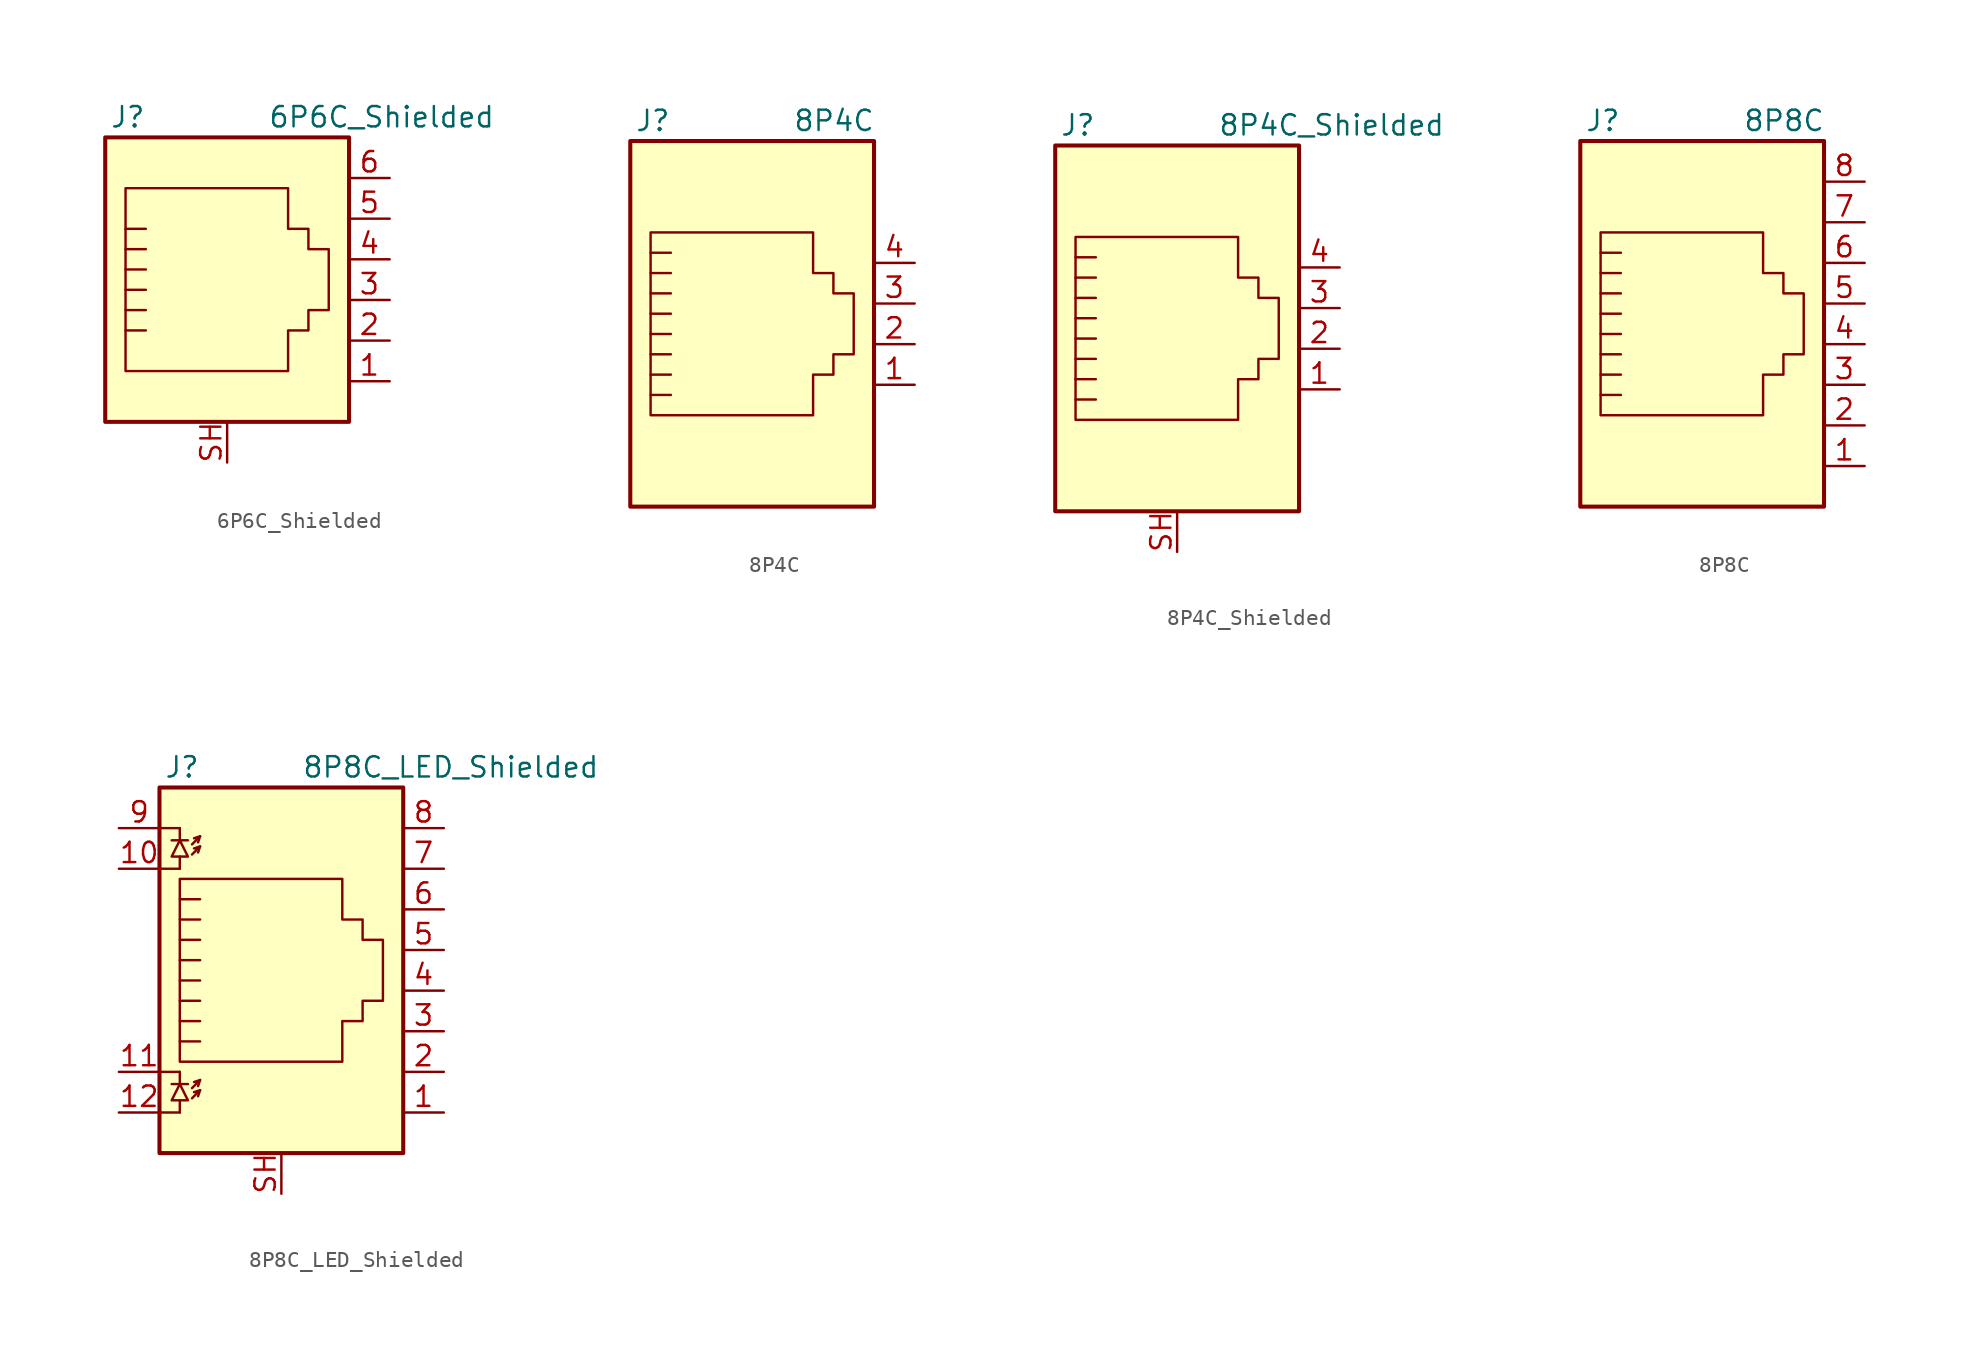
<source format=kicad_sym>
(kicad_symbol_lib
  (version 20201005)
  (generator kicad_symbol_editor)
  (symbol "Connector:6P6C_Shielded"
    (pin_names
      (offset 1.016))
    (property "Reference" "J"
      (at -5.08 11.43 0)
      (effects (font (size 1.27 1.27)) (justify right)))
    (property "Value" "6P6C_Shielded"
      (at 2.54 11.43 0)
      (effects (font (size 1.27 1.27)) (justify left)))
    (symbol "6P6C_Shielded_0_1"
      (rectangle (start 7.62 10.16) (end -7.62 -7.62) (stroke (width 0.254)) (fill (type background)))
      (polyline (pts (xy -6.35 -1.905) (xy -5.08 -1.905) (xy -5.08 -1.905)) (stroke (width 0)) (fill (type none)))
      (polyline (pts (xy -6.35 -0.635) (xy -5.08 -0.635) (xy -5.08 -0.635)) (stroke (width 0)) (fill (type none)))
      (polyline (pts (xy -6.35 0.635) (xy -5.08 0.635) (xy -5.08 0.635)) (stroke (width 0)) (fill (type none)))
      (polyline (pts (xy -6.35 1.905) (xy -5.08 1.905) (xy -5.08 1.905)) (stroke (width 0)) (fill (type none)))
      (polyline (pts (xy -6.35 3.175) (xy -5.08 3.175) (xy -5.08 3.175)) (stroke (width 0)) (fill (type none)))
      (polyline (pts (xy -5.08 4.445) (xy -6.35 4.445) (xy -6.35 4.445)) (stroke (width 0)) (fill (type none)))
      (polyline (pts (xy -6.35 -4.445) (xy -6.35 6.985) (xy 3.81 6.985) (xy 3.81 4.445) (xy 5.08 4.445) (xy 5.08 3.175) (xy 6.35 3.175) (xy 6.35 -0.635) (xy 5.08 -0.635) (xy 5.08 -1.905) (xy 3.81 -1.905) (xy 3.81 -4.445) (xy -6.35 -4.445) (xy -6.35 -4.445)) (stroke (width 0)) (fill (type none))))
    (symbol "6P6C_Shielded_1_1"
      (pin passive line (at 10.16 -5.08 180) (length 2.54) (name "~" (effects (font (size 1.27 1.27)))) (number "1" (effects (font (size 1.27 1.27)))))
      (pin passive line (at 10.16 -2.54 180) (length 2.54) (name "~" (effects (font (size 1.27 1.27)))) (number "2" (effects (font (size 1.27 1.27)))))
      (pin passive line (at 10.16 0 180) (length 2.54) (name "~" (effects (font (size 1.27 1.27)))) (number "3" (effects (font (size 1.27 1.27)))))
      (pin passive line (at 10.16 2.54 180) (length 2.54) (name "~" (effects (font (size 1.27 1.27)))) (number "4" (effects (font (size 1.27 1.27)))))
      (pin passive line (at 10.16 5.08 180) (length 2.54) (name "~" (effects (font (size 1.27 1.27)))) (number "5" (effects (font (size 1.27 1.27)))))
      (pin passive line (at 10.16 7.62 180) (length 2.54) (name "~" (effects (font (size 1.27 1.27)))) (number "6" (effects (font (size 1.27 1.27)))))
      (pin passive line (at 0 -10.16 90) (length 2.54) (name "~" (effects (font (size 1.27 1.27)))) (number "SH" (effects (font (size 1.27 1.27)))))))
  (symbol "Connector:8P4C"
    (pin_names
      (offset 1.016))
    (property "Reference" "J"
      (at -5.08 13.97 0)
      (effects (font (size 1.27 1.27)) (justify right)))
    (property "Value" "8P4C"
      (at 2.54 13.97 0)
      (effects (font (size 1.27 1.27)) (justify left)))
    (symbol "8P4C_0_1"
      (rectangle (start 7.62 12.7) (end -7.62 -10.16) (stroke (width 0.254)) (fill (type background)))
      (polyline (pts (xy -5.08 4.445) (xy -6.35 4.445)) (stroke (width 0)) (fill (type none)))
      (polyline (pts (xy -5.08 5.715) (xy -6.35 5.715)) (stroke (width 0)) (fill (type none)))
      (polyline (pts (xy -6.35 -3.175) (xy -5.08 -3.175) (xy -5.08 -3.175)) (stroke (width 0)) (fill (type none)))
      (polyline (pts (xy -6.35 -1.905) (xy -5.08 -1.905) (xy -5.08 -1.905)) (stroke (width 0)) (fill (type none)))
      (polyline (pts (xy -6.35 -0.635) (xy -5.08 -0.635) (xy -5.08 -0.635)) (stroke (width 0)) (fill (type none)))
      (polyline (pts (xy -6.35 0.635) (xy -5.08 0.635) (xy -5.08 0.635)) (stroke (width 0)) (fill (type none)))
      (polyline (pts (xy -6.35 1.905) (xy -5.08 1.905) (xy -5.08 1.905)) (stroke (width 0)) (fill (type none)))
      (polyline (pts (xy -5.08 3.175) (xy -6.35 3.175) (xy -6.35 3.175)) (stroke (width 0)) (fill (type none)))
      (polyline (pts (xy -6.35 -4.445) (xy -6.35 6.985) (xy 3.81 6.985) (xy 3.81 4.445) (xy 5.08 4.445) (xy 5.08 3.175) (xy 6.35 3.175) (xy 6.35 -0.635) (xy 5.08 -0.635) (xy 5.08 -1.905) (xy 3.81 -1.905) (xy 3.81 -4.445) (xy -6.35 -4.445) (xy -6.35 -4.445)) (stroke (width 0)) (fill (type none))))
    (symbol "8P4C_1_1"
      (pin passive line (at 10.16 -2.54 180) (length 2.54) (name "~" (effects (font (size 1.27 1.27)))) (number "1" (effects (font (size 1.27 1.27)))))
      (pin passive line (at 10.16 0 180) (length 2.54) (name "~" (effects (font (size 1.27 1.27)))) (number "2" (effects (font (size 1.27 1.27)))))
      (pin passive line (at 10.16 2.54 180) (length 2.54) (name "~" (effects (font (size 1.27 1.27)))) (number "3" (effects (font (size 1.27 1.27)))))
      (pin passive line (at 10.16 5.08 180) (length 2.54) (name "~" (effects (font (size 1.27 1.27)))) (number "4" (effects (font (size 1.27 1.27)))))))
  (symbol "Connector:8P4C_Shielded"
    (pin_names
      (offset 1.016))
    (property "Reference" "J"
      (at -5.08 13.97 0)
      (effects (font (size 1.27 1.27)) (justify right)))
    (property "Value" "8P4C_Shielded"
      (at 2.54 13.97 0)
      (effects (font (size 1.27 1.27)) (justify left)))
    (symbol "8P4C_Shielded_0_1"
      (rectangle (start 7.62 12.7) (end -7.62 -10.16) (stroke (width 0.254)) (fill (type background)))
      (polyline (pts (xy -5.08 4.445) (xy -6.35 4.445)) (stroke (width 0)) (fill (type none)))
      (polyline (pts (xy -5.08 5.715) (xy -6.35 5.715)) (stroke (width 0)) (fill (type none)))
      (polyline (pts (xy -6.35 -3.175) (xy -5.08 -3.175) (xy -5.08 -3.175)) (stroke (width 0)) (fill (type none)))
      (polyline (pts (xy -6.35 -1.905) (xy -5.08 -1.905) (xy -5.08 -1.905)) (stroke (width 0)) (fill (type none)))
      (polyline (pts (xy -6.35 -0.635) (xy -5.08 -0.635) (xy -5.08 -0.635)) (stroke (width 0)) (fill (type none)))
      (polyline (pts (xy -6.35 0.635) (xy -5.08 0.635) (xy -5.08 0.635)) (stroke (width 0)) (fill (type none)))
      (polyline (pts (xy -6.35 1.905) (xy -5.08 1.905) (xy -5.08 1.905)) (stroke (width 0)) (fill (type none)))
      (polyline (pts (xy -5.08 3.175) (xy -6.35 3.175) (xy -6.35 3.175)) (stroke (width 0)) (fill (type none)))
      (polyline (pts (xy -6.35 -4.445) (xy -6.35 6.985) (xy 3.81 6.985) (xy 3.81 4.445) (xy 5.08 4.445) (xy 5.08 3.175) (xy 6.35 3.175) (xy 6.35 -0.635) (xy 5.08 -0.635) (xy 5.08 -1.905) (xy 3.81 -1.905) (xy 3.81 -4.445) (xy -6.35 -4.445) (xy -6.35 -4.445)) (stroke (width 0)) (fill (type none))))
    (symbol "8P4C_Shielded_1_1"
      (pin passive line (at 10.16 -2.54 180) (length 2.54) (name "~" (effects (font (size 1.27 1.27)))) (number "1" (effects (font (size 1.27 1.27)))))
      (pin passive line (at 10.16 0 180) (length 2.54) (name "~" (effects (font (size 1.27 1.27)))) (number "2" (effects (font (size 1.27 1.27)))))
      (pin passive line (at 10.16 2.54 180) (length 2.54) (name "~" (effects (font (size 1.27 1.27)))) (number "3" (effects (font (size 1.27 1.27)))))
      (pin passive line (at 10.16 5.08 180) (length 2.54) (name "~" (effects (font (size 1.27 1.27)))) (number "4" (effects (font (size 1.27 1.27)))))
      (pin passive line (at 0 -12.7 90) (length 2.54) (name "~" (effects (font (size 1.27 1.27)))) (number "SH" (effects (font (size 1.27 1.27)))))))
  (symbol "Connector:8P8C"
    (pin_names
      (offset 1.016))
    (property "Reference" "J"
      (at -5.08 13.97 0)
      (effects (font (size 1.27 1.27)) (justify right)))
    (property "Value" "8P8C"
      (at 2.54 13.97 0)
      (effects (font (size 1.27 1.27)) (justify left)))
    (symbol "8P8C_0_1"
      (rectangle (start 7.62 12.7) (end -7.62 -10.16) (stroke (width 0.254)) (fill (type background)))
      (polyline (pts (xy -5.08 4.445) (xy -6.35 4.445)) (stroke (width 0)) (fill (type none)))
      (polyline (pts (xy -5.08 5.715) (xy -6.35 5.715)) (stroke (width 0)) (fill (type none)))
      (polyline (pts (xy -6.35 -3.175) (xy -5.08 -3.175) (xy -5.08 -3.175)) (stroke (width 0)) (fill (type none)))
      (polyline (pts (xy -6.35 -1.905) (xy -5.08 -1.905) (xy -5.08 -1.905)) (stroke (width 0)) (fill (type none)))
      (polyline (pts (xy -6.35 -0.635) (xy -5.08 -0.635) (xy -5.08 -0.635)) (stroke (width 0)) (fill (type none)))
      (polyline (pts (xy -6.35 0.635) (xy -5.08 0.635) (xy -5.08 0.635)) (stroke (width 0)) (fill (type none)))
      (polyline (pts (xy -6.35 1.905) (xy -5.08 1.905) (xy -5.08 1.905)) (stroke (width 0)) (fill (type none)))
      (polyline (pts (xy -5.08 3.175) (xy -6.35 3.175) (xy -6.35 3.175)) (stroke (width 0)) (fill (type none)))
      (polyline (pts (xy -6.35 -4.445) (xy -6.35 6.985) (xy 3.81 6.985) (xy 3.81 4.445) (xy 5.08 4.445) (xy 5.08 3.175) (xy 6.35 3.175) (xy 6.35 -0.635) (xy 5.08 -0.635) (xy 5.08 -1.905) (xy 3.81 -1.905) (xy 3.81 -4.445) (xy -6.35 -4.445) (xy -6.35 -4.445)) (stroke (width 0)) (fill (type none))))
    (symbol "8P8C_1_1"
      (pin passive line (at 10.16 -7.62 180) (length 2.54) (name "~" (effects (font (size 1.27 1.27)))) (number "1" (effects (font (size 1.27 1.27)))))
      (pin passive line (at 10.16 -5.08 180) (length 2.54) (name "~" (effects (font (size 1.27 1.27)))) (number "2" (effects (font (size 1.27 1.27)))))
      (pin passive line (at 10.16 -2.54 180) (length 2.54) (name "~" (effects (font (size 1.27 1.27)))) (number "3" (effects (font (size 1.27 1.27)))))
      (pin passive line (at 10.16 0 180) (length 2.54) (name "~" (effects (font (size 1.27 1.27)))) (number "4" (effects (font (size 1.27 1.27)))))
      (pin passive line (at 10.16 2.54 180) (length 2.54) (name "~" (effects (font (size 1.27 1.27)))) (number "5" (effects (font (size 1.27 1.27)))))
      (pin passive line (at 10.16 5.08 180) (length 2.54) (name "~" (effects (font (size 1.27 1.27)))) (number "6" (effects (font (size 1.27 1.27)))))
      (pin passive line (at 10.16 7.62 180) (length 2.54) (name "~" (effects (font (size 1.27 1.27)))) (number "7" (effects (font (size 1.27 1.27)))))
      (pin passive line (at 10.16 10.16 180) (length 2.54) (name "~" (effects (font (size 1.27 1.27)))) (number "8" (effects (font (size 1.27 1.27)))))))
  (symbol "Connector:8P8C_LED_Shielded"
    (pin_names
      (offset 1.016))
    (property "Reference" "J"
      (at -5.08 13.97 0)
      (effects (font (size 1.27 1.27)) (justify right)))
    (property "Value" "8P8C_LED_Shielded"
      (at 1.27 13.97 0)
      (effects (font (size 1.27 1.27)) (justify left)))
    (symbol "8P8C_LED_Shielded_0_1"
      (rectangle (start 7.62 12.7) (end -7.62 -10.16) (stroke (width 0.254)) (fill (type background)))
      (polyline (pts (xy -7.62 -7.62) (xy -6.35 -7.62)) (stroke (width 0)) (fill (type none)))
      (polyline (pts (xy -7.62 -5.08) (xy -6.35 -5.08)) (stroke (width 0)) (fill (type none)))
      (polyline (pts (xy -7.62 7.62) (xy -6.35 7.62)) (stroke (width 0)) (fill (type none)))
      (polyline (pts (xy -7.62 10.16) (xy -6.35 10.16)) (stroke (width 0)) (fill (type none)))
      (polyline (pts (xy -6.858 -5.842) (xy -5.842 -5.842)) (stroke (width 0)) (fill (type none)))
      (polyline (pts (xy -6.858 9.398) (xy -5.842 9.398)) (stroke (width 0)) (fill (type none)))
      (polyline (pts (xy -6.35 -7.62) (xy -6.35 -6.858)) (stroke (width 0)) (fill (type none)))
      (polyline (pts (xy -6.35 -5.08) (xy -6.35 -5.842)) (stroke (width 0)) (fill (type none)))
      (polyline (pts (xy -6.35 7.62) (xy -6.35 8.382)) (stroke (width 0)) (fill (type none)))
      (polyline (pts (xy -6.35 10.16) (xy -6.35 9.398)) (stroke (width 0)) (fill (type none)))
      (polyline (pts (xy -5.08 -6.223) (xy -5.207 -6.604)) (stroke (width 0)) (fill (type none)))
      (polyline (pts (xy -5.08 -5.588) (xy -5.207 -5.969)) (stroke (width 0)) (fill (type none)))
      (polyline (pts (xy -5.08 4.445) (xy -6.35 4.445)) (stroke (width 0)) (fill (type none)))
      (polyline (pts (xy -5.08 5.715) (xy -6.35 5.715)) (stroke (width 0)) (fill (type none)))
      (polyline (pts (xy -5.08 9.017) (xy -5.207 8.636)) (stroke (width 0)) (fill (type none)))
      (polyline (pts (xy -5.08 9.652) (xy -5.207 9.271)) (stroke (width 0)) (fill (type none)))
      (polyline (pts (xy -6.35 -3.175) (xy -5.08 -3.175) (xy -5.08 -3.175)) (stroke (width 0)) (fill (type none)))
      (polyline (pts (xy -6.35 -1.905) (xy -5.08 -1.905) (xy -5.08 -1.905)) (stroke (width 0)) (fill (type none)))
      (polyline (pts (xy -6.35 -0.635) (xy -5.08 -0.635) (xy -5.08 -0.635)) (stroke (width 0)) (fill (type none)))
      (polyline (pts (xy -6.35 0.635) (xy -5.08 0.635) (xy -5.08 0.635)) (stroke (width 0)) (fill (type none)))
      (polyline (pts (xy -6.35 1.905) (xy -5.08 1.905) (xy -5.08 1.905)) (stroke (width 0)) (fill (type none)))
      (polyline (pts (xy -5.588 -6.731) (xy -5.08 -6.223) (xy -5.461 -6.35)) (stroke (width 0)) (fill (type none)))
      (polyline (pts (xy -5.588 -6.096) (xy -5.08 -5.588) (xy -5.461 -5.715)) (stroke (width 0)) (fill (type none)))
      (polyline (pts (xy -5.588 8.509) (xy -5.08 9.017) (xy -5.461 8.89)) (stroke (width 0)) (fill (type none)))
      (polyline (pts (xy -5.588 9.144) (xy -5.08 9.652) (xy -5.461 9.525)) (stroke (width 0)) (fill (type none)))
      (polyline (pts (xy -5.08 3.175) (xy -6.35 3.175) (xy -6.35 3.175)) (stroke (width 0)) (fill (type none)))
      (polyline (pts (xy -6.35 -5.842) (xy -6.858 -6.858) (xy -5.842 -6.858) (xy -6.35 -5.842)) (stroke (width 0)) (fill (type none)))
      (polyline (pts (xy -6.35 9.398) (xy -6.858 8.382) (xy -5.842 8.382) (xy -6.35 9.398)) (stroke (width 0)) (fill (type none)))
      (polyline (pts (xy -6.35 -4.445) (xy -6.35 6.985) (xy 3.81 6.985) (xy 3.81 4.445) (xy 5.08 4.445) (xy 5.08 3.175) (xy 6.35 3.175) (xy 6.35 -0.635) (xy 5.08 -0.635) (xy 5.08 -1.905) (xy 3.81 -1.905) (xy 3.81 -4.445) (xy -6.35 -4.445) (xy -6.35 -4.445)) (stroke (width 0)) (fill (type none))))
    (symbol "8P8C_LED_Shielded_1_1"
      (pin passive line (at 10.16 -7.62 180) (length 2.54) (name "~" (effects (font (size 1.27 1.27)))) (number "1" (effects (font (size 1.27 1.27)))))
      (pin passive line (at -10.16 7.62 0) (length 2.54) (name "~" (effects (font (size 1.27 1.27)))) (number "10" (effects (font (size 1.27 1.27)))))
      (pin passive line (at -10.16 -5.08 0) (length 2.54) (name "~" (effects (font (size 1.27 1.27)))) (number "11" (effects (font (size 1.27 1.27)))))
      (pin passive line (at -10.16 -7.62 0) (length 2.54) (name "~" (effects (font (size 1.27 1.27)))) (number "12" (effects (font (size 1.27 1.27)))))
      (pin passive line (at 10.16 -5.08 180) (length 2.54) (name "~" (effects (font (size 1.27 1.27)))) (number "2" (effects (font (size 1.27 1.27)))))
      (pin passive line (at 10.16 -2.54 180) (length 2.54) (name "~" (effects (font (size 1.27 1.27)))) (number "3" (effects (font (size 1.27 1.27)))))
      (pin passive line (at 10.16 0 180) (length 2.54) (name "~" (effects (font (size 1.27 1.27)))) (number "4" (effects (font (size 1.27 1.27)))))
      (pin passive line (at 10.16 2.54 180) (length 2.54) (name "~" (effects (font (size 1.27 1.27)))) (number "5" (effects (font (size 1.27 1.27)))))
      (pin passive line (at 10.16 5.08 180) (length 2.54) (name "~" (effects (font (size 1.27 1.27)))) (number "6" (effects (font (size 1.27 1.27)))))
      (pin passive line (at 10.16 7.62 180) (length 2.54) (name "~" (effects (font (size 1.27 1.27)))) (number "7" (effects (font (size 1.27 1.27)))))
      (pin passive line (at 10.16 10.16 180) (length 2.54) (name "~" (effects (font (size 1.27 1.27)))) (number "8" (effects (font (size 1.27 1.27)))))
      (pin passive line (at -10.16 10.16 0) (length 2.54) (name "~" (effects (font (size 1.27 1.27)))) (number "9" (effects (font (size 1.27 1.27)))))
      (pin passive line (at 0 -12.7 90) (length 2.54) (name "~" (effects (font (size 1.27 1.27)))) (number "SH" (effects (font (size 1.27 1.27))))))))
</source>
